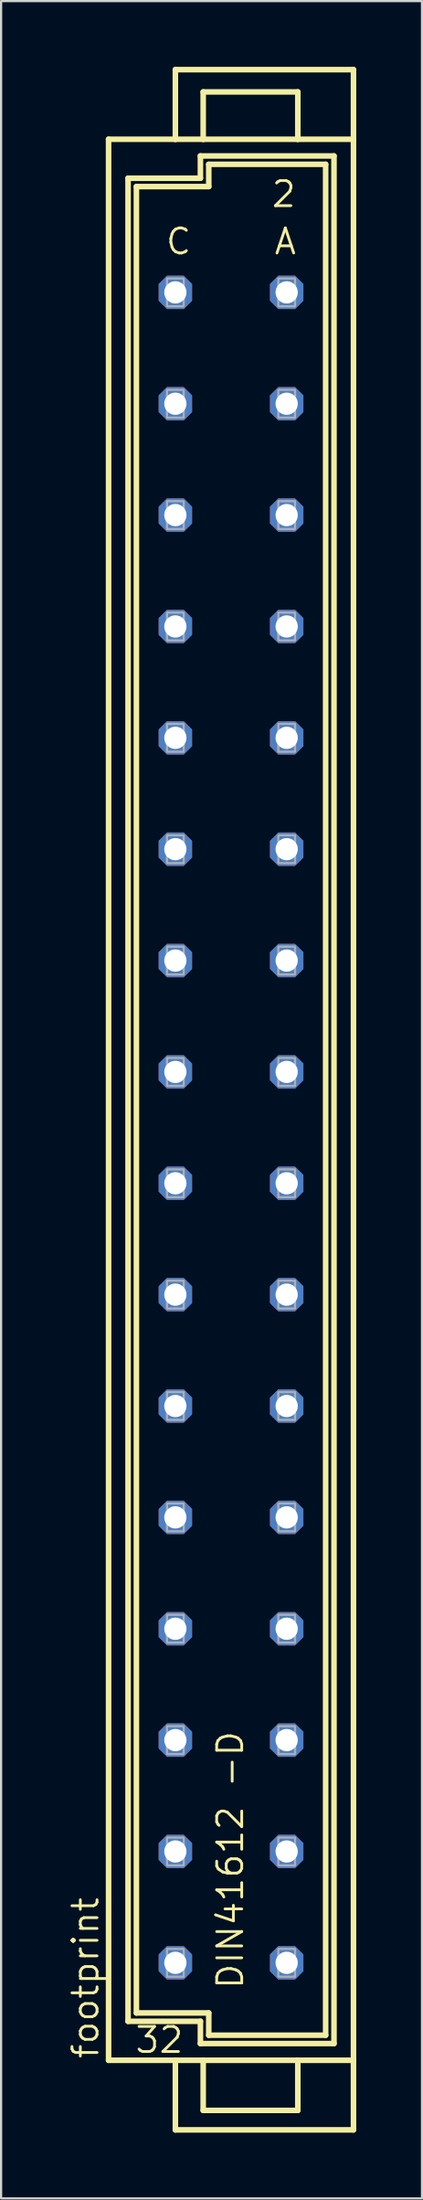
<source format=kicad_pcb>
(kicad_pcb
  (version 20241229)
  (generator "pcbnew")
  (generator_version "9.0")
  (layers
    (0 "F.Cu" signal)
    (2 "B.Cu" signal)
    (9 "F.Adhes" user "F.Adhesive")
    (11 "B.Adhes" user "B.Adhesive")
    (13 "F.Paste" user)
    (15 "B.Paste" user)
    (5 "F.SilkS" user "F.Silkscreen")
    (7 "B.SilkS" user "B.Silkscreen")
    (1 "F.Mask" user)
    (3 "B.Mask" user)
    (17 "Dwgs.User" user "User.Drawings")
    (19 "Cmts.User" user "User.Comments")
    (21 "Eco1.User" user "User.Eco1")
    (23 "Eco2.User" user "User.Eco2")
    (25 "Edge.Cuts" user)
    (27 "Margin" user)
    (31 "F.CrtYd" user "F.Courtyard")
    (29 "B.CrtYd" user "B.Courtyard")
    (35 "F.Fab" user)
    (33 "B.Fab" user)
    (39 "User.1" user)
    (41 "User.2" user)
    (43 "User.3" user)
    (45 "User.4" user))
  (footprint "footprint"
    (layer "F.Cu")
    (at 7.493 47.117)
    (property "Reference" "footprint" (at -5.969 43.815 90) (layer "F.SilkS") (effects (font (size 1.143 1.143) (thickness 0.127)) (justify left bottom)))
    (fp_line (start -5.588 -43.815) (end -2.54 -43.815) (stroke (width 0.254) (type solid)) (layer "F.SilkS"))
    (fp_line (start -5.588 43.815) (end -5.588 -43.815) (stroke (width 0.254) (type solid)) (layer "F.SilkS"))
    (fp_line (start -5.588 43.815) (end -2.54 43.815) (stroke (width 0.254) (type solid)) (layer "F.SilkS"))
    (fp_line (start -4.699 -42.037) (end -4.699 42.037) (stroke (width 0.254) (type solid)) (layer "F.SilkS"))
    (fp_line (start -4.699 42.037) (end -1.397 42.037) (stroke (width 0.254) (type solid)) (layer "F.SilkS"))
    (fp_line (start -4.318 -41.656) (end -4.318 41.656) (stroke (width 0.254) (type solid)) (layer "F.SilkS"))
    (fp_line (start -4.318 -41.656) (end -1.016 -41.656) (stroke (width 0.254) (type solid)) (layer "F.SilkS"))
    (fp_line (start -4.318 41.656) (end -1.016 41.656) (stroke (width 0.254) (type solid)) (layer "F.SilkS"))
    (fp_line (start -2.54 -46.99) (end -2.54 -43.815) (stroke (width 0.254) (type solid)) (layer "F.SilkS"))
    (fp_line (start -2.54 -43.815) (end -1.27 -43.815) (stroke (width 0.254) (type solid)) (layer "F.SilkS"))
    (fp_line (start -2.54 43.815) (end -2.54 46.99) (stroke (width 0.254) (type solid)) (layer "F.SilkS"))
    (fp_line (start -2.54 43.815) (end -1.27 43.815) (stroke (width 0.254) (type solid)) (layer "F.SilkS"))
    (fp_line (start -2.54 46.99) (end 5.588 46.99) (stroke (width 0.254) (type solid)) (layer "F.SilkS"))
    (fp_line (start -1.397 -43.053) (end -1.397 -42.037) (stroke (width 0.254) (type solid)) (layer "F.SilkS"))
    (fp_line (start -1.397 -42.037) (end -4.699 -42.037) (stroke (width 0.254) (type solid)) (layer "F.SilkS"))
    (fp_line (start -1.397 42.037) (end -1.397 43.053) (stroke (width 0.254) (type solid)) (layer "F.SilkS"))
    (fp_line (start -1.397 43.053) (end 4.699 43.053) (stroke (width 0.254) (type solid)) (layer "F.SilkS"))
    (fp_line (start -1.27 -45.974) (end -1.27 -43.815) (stroke (width 0.254) (type solid)) (layer "F.SilkS"))
    (fp_line (start -1.27 -45.974) (end 3.048 -45.974) (stroke (width 0.254) (type solid)) (layer "F.SilkS"))
    (fp_line (start -1.27 -43.815) (end 3.048 -43.815) (stroke (width 0.254) (type solid)) (layer "F.SilkS"))
    (fp_line (start -1.27 43.815) (end -1.27 46.101) (stroke (width 0.254) (type solid)) (layer "F.SilkS"))
    (fp_line (start -1.27 43.815) (end 3.048 43.815) (stroke (width 0.254) (type solid)) (layer "F.SilkS"))
    (fp_line (start -1.27 46.101) (end 3.048 46.101) (stroke (width 0.254) (type solid)) (layer "F.SilkS"))
    (fp_line (start -1.016 -42.672) (end 4.318 -42.672) (stroke (width 0.254) (type solid)) (layer "F.SilkS"))
    (fp_line (start -1.016 -41.656) (end -1.016 -42.672) (stroke (width 0.254) (type solid)) (layer "F.SilkS"))
    (fp_line (start -1.016 41.656) (end -1.016 42.672) (stroke (width 0.254) (type solid)) (layer "F.SilkS"))
    (fp_line (start -1.016 42.672) (end 4.318 42.672) (stroke (width 0.254) (type solid)) (layer "F.SilkS"))
    (fp_line (start 3.048 -45.974) (end 3.048 -43.815) (stroke (width 0.254) (type solid)) (layer "F.SilkS"))
    (fp_line (start 3.048 -43.815) (end 5.588 -43.815) (stroke (width 0.254) (type solid)) (layer "F.SilkS"))
    (fp_line (start 3.048 43.815) (end 3.048 46.101) (stroke (width 0.254) (type solid)) (layer "F.SilkS"))
    (fp_line (start 3.048 43.815) (end 5.588 43.815) (stroke (width 0.254) (type solid)) (layer "F.SilkS"))
    (fp_line (start 4.318 -42.672) (end 4.318 42.672) (stroke (width 0.254) (type solid)) (layer "F.SilkS"))
    (fp_line (start 4.699 -43.053) (end -1.397 -43.053) (stroke (width 0.254) (type solid)) (layer "F.SilkS"))
    (fp_line (start 4.699 43.053) (end 4.699 -43.053) (stroke (width 0.254) (type solid)) (layer "F.SilkS"))
    (fp_line (start 5.588 -46.99) (end -2.54 -46.99) (stroke (width 0.254) (type solid)) (layer "F.SilkS"))
    (fp_line (start 5.588 -43.815) (end 5.588 -46.99) (stroke (width 0.254) (type solid)) (layer "F.SilkS"))
    (fp_line (start 5.588 43.815) (end 5.588 -43.815) (stroke (width 0.254) (type solid)) (layer "F.SilkS"))
    (fp_line (start 5.588 46.99) (end 5.588 43.815) (stroke (width 0.254) (type solid)) (layer "F.SilkS"))
    (fp_poly (pts (xy -2.921 -36.195) (xy -2.159 -36.195) (xy -2.159 -37.465) (xy -2.921 -37.465)) (stroke (width 0.1) (type solid)) (fill no) (layer "F.Fab"))
    (fp_poly (pts (xy -2.921 -31.115) (xy -2.159 -31.115) (xy -2.159 -32.385) (xy -2.921 -32.385)) (stroke (width 0.1) (type solid)) (fill no) (layer "F.Fab"))
    (fp_poly (pts (xy -2.921 -26.035) (xy -2.159 -26.035) (xy -2.159 -27.305) (xy -2.921 -27.305)) (stroke (width 0.1) (type solid)) (fill no) (layer "F.Fab"))
    (fp_poly (pts (xy -2.921 -20.955) (xy -2.159 -20.955) (xy -2.159 -22.225) (xy -2.921 -22.225)) (stroke (width 0.1) (type solid)) (fill no) (layer "F.Fab"))
    (fp_poly (pts (xy -2.921 -15.875) (xy -2.159 -15.875) (xy -2.159 -17.145) (xy -2.921 -17.145)) (stroke (width 0.1) (type solid)) (fill no) (layer "F.Fab"))
    (fp_poly (pts (xy -2.921 -10.795) (xy -2.159 -10.795) (xy -2.159 -12.065) (xy -2.921 -12.065)) (stroke (width 0.1) (type solid)) (fill no) (layer "F.Fab"))
    (fp_poly (pts (xy -2.921 -5.715) (xy -2.159 -5.715) (xy -2.159 -6.985) (xy -2.921 -6.985)) (stroke (width 0.1) (type solid)) (fill no) (layer "F.Fab"))
    (fp_poly (pts (xy -2.921 -0.635) (xy -2.159 -0.635) (xy -2.159 -1.905) (xy -2.921 -1.905)) (stroke (width 0.1) (type solid)) (fill no) (layer "F.Fab"))
    (fp_poly (pts (xy -2.921 4.445) (xy -2.159 4.445) (xy -2.159 3.175) (xy -2.921 3.175)) (stroke (width 0.1) (type solid)) (fill no) (layer "F.Fab"))
    (fp_poly (pts (xy -2.921 9.525) (xy -2.159 9.525) (xy -2.159 8.255) (xy -2.921 8.255)) (stroke (width 0.1) (type solid)) (fill no) (layer "F.Fab"))
    (fp_poly (pts (xy -2.921 14.605) (xy -2.159 14.605) (xy -2.159 13.335) (xy -2.921 13.335)) (stroke (width 0.1) (type solid)) (fill no) (layer "F.Fab"))
    (fp_poly (pts (xy -2.921 19.685) (xy -2.159 19.685) (xy -2.159 18.415) (xy -2.921 18.415)) (stroke (width 0.1) (type solid)) (fill no) (layer "F.Fab"))
    (fp_poly (pts (xy -2.921 24.765) (xy -2.159 24.765) (xy -2.159 23.495) (xy -2.921 23.495)) (stroke (width 0.1) (type solid)) (fill no) (layer "F.Fab"))
    (fp_poly (pts (xy -2.921 29.845) (xy -2.159 29.845) (xy -2.159 28.575) (xy -2.921 28.575)) (stroke (width 0.1) (type solid)) (fill no) (layer "F.Fab"))
    (fp_poly (pts (xy -2.921 34.925) (xy -2.159 34.925) (xy -2.159 33.655) (xy -2.921 33.655)) (stroke (width 0.1) (type solid)) (fill no) (layer "F.Fab"))
    (fp_poly (pts (xy -2.921 40.005) (xy -2.159 40.005) (xy -2.159 38.735) (xy -2.921 38.735)) (stroke (width 0.1) (type solid)) (fill no) (layer "F.Fab"))
    (fp_poly (pts (xy 2.159 -36.195) (xy 2.921 -36.195) (xy 2.921 -37.465) (xy 2.159 -37.465)) (stroke (width 0.1) (type solid)) (fill no) (layer "F.Fab"))
    (fp_poly (pts (xy 2.159 -31.115) (xy 2.921 -31.115) (xy 2.921 -32.385) (xy 2.159 -32.385)) (stroke (width 0.1) (type solid)) (fill no) (layer "F.Fab"))
    (fp_poly (pts (xy 2.159 -26.035) (xy 2.921 -26.035) (xy 2.921 -27.305) (xy 2.159 -27.305)) (stroke (width 0.1) (type solid)) (fill no) (layer "F.Fab"))
    (fp_poly (pts (xy 2.159 -20.955) (xy 2.921 -20.955) (xy 2.921 -22.225) (xy 2.159 -22.225)) (stroke (width 0.1) (type solid)) (fill no) (layer "F.Fab"))
    (fp_poly (pts (xy 2.159 -15.875) (xy 2.921 -15.875) (xy 2.921 -17.145) (xy 2.159 -17.145)) (stroke (width 0.1) (type solid)) (fill no) (layer "F.Fab"))
    (fp_poly (pts (xy 2.159 -10.795) (xy 2.921 -10.795) (xy 2.921 -12.065) (xy 2.159 -12.065)) (stroke (width 0.1) (type solid)) (fill no) (layer "F.Fab"))
    (fp_poly (pts (xy 2.159 -5.715) (xy 2.921 -5.715) (xy 2.921 -6.985) (xy 2.159 -6.985)) (stroke (width 0.1) (type solid)) (fill no) (layer "F.Fab"))
    (fp_poly (pts (xy 2.159 -0.635) (xy 2.921 -0.635) (xy 2.921 -1.905) (xy 2.159 -1.905)) (stroke (width 0.1) (type solid)) (fill no) (layer "F.Fab"))
    (fp_poly (pts (xy 2.159 4.445) (xy 2.921 4.445) (xy 2.921 3.175) (xy 2.159 3.175)) (stroke (width 0.1) (type solid)) (fill no) (layer "F.Fab"))
    (fp_poly (pts (xy 2.159 9.525) (xy 2.921 9.525) (xy 2.921 8.255) (xy 2.159 8.255)) (stroke (width 0.1) (type solid)) (fill no) (layer "F.Fab"))
    (fp_poly (pts (xy 2.159 14.605) (xy 2.921 14.605) (xy 2.921 13.335) (xy 2.159 13.335)) (stroke (width 0.1) (type solid)) (fill no) (layer "F.Fab"))
    (fp_poly (pts (xy 2.159 19.685) (xy 2.921 19.685) (xy 2.921 18.415) (xy 2.159 18.415)) (stroke (width 0.1) (type solid)) (fill no) (layer "F.Fab"))
    (fp_poly (pts (xy 2.159 24.765) (xy 2.921 24.765) (xy 2.921 23.495) (xy 2.159 23.495)) (stroke (width 0.1) (type solid)) (fill no) (layer "F.Fab"))
    (fp_poly (pts (xy 2.159 29.845) (xy 2.921 29.845) (xy 2.921 28.575) (xy 2.159 28.575)) (stroke (width 0.1) (type solid)) (fill no) (layer "F.Fab"))
    (fp_poly (pts (xy 2.159 34.925) (xy 2.921 34.925) (xy 2.921 33.655) (xy 2.159 33.655)) (stroke (width 0.1) (type solid)) (fill no) (layer "F.Fab"))
    (fp_poly (pts (xy 2.159 40.005) (xy 2.921 40.005) (xy 2.921 38.735) (xy 2.159 38.735)) (stroke (width 0.1) (type solid)) (fill no) (layer "F.Fab"))
    (fp_text user "C" (at -3.048 -38.481 0) (layer "F.SilkS") (effects (font (size 1.143 1.143) (thickness 0.127)) (justify left bottom)))
    (fp_text user "32" (at -4.445 43.561 0) (layer "F.SilkS") (effects (font (size 1.143 1.143) (thickness 0.127)) (justify left bottom)))
    (fp_text user "A" (at 1.905 -38.481 0) (layer "F.SilkS") (effects (font (size 1.143 1.143) (thickness 0.127)) (justify left bottom)))
    (fp_text user "2" (at 1.778 -40.64 0) (layer "F.SilkS") (effects (font (size 1.143 1.143) (thickness 0.127)) (justify left bottom)))
    (fp_text user "DIN41612 -D" (at 0.635 40.64 90) (layer "F.SilkS") (effects (font (size 1.143 1.143) (thickness 0.127)) (justify left bottom)))
    (pad "A2" thru_hole roundrect (at 2.54 -36.83) (size 1.524 1.524) (drill 1.016) (layers "*.Cu" "*.Mask") (roundrect_rratio 0.25) (chamfer_ratio 0.25) (chamfer top_left top_right bottom_left bottom_right))
    (pad "A4" thru_hole roundrect (at 2.54 -31.75) (size 1.524 1.524) (drill 1.016) (layers "*.Cu" "*.Mask") (roundrect_rratio 0.25) (chamfer_ratio 0.25) (chamfer top_left top_right bottom_left bottom_right))
    (pad "A6" thru_hole roundrect (at 2.54 -26.67) (size 1.524 1.524) (drill 1.016) (layers "*.Cu" "*.Mask") (roundrect_rratio 0.25) (chamfer_ratio 0.25) (chamfer top_left top_right bottom_left bottom_right))
    (pad "A8" thru_hole roundrect (at 2.54 -21.59) (size 1.524 1.524) (drill 1.016) (layers "*.Cu" "*.Mask") (roundrect_rratio 0.25) (chamfer_ratio 0.25) (chamfer top_left top_right bottom_left bottom_right))
    (pad "A10" thru_hole roundrect (at 2.54 -16.51) (size 1.524 1.524) (drill 1.016) (layers "*.Cu" "*.Mask") (roundrect_rratio 0.25) (chamfer_ratio 0.25) (chamfer top_left top_right bottom_left bottom_right))
    (pad "A12" thru_hole roundrect (at 2.54 -11.43) (size 1.524 1.524) (drill 1.016) (layers "*.Cu" "*.Mask") (roundrect_rratio 0.25) (chamfer_ratio 0.25) (chamfer top_left top_right bottom_left bottom_right))
    (pad "A14" thru_hole roundrect (at 2.54 -6.35) (size 1.524 1.524) (drill 1.016) (layers "*.Cu" "*.Mask") (roundrect_rratio 0.25) (chamfer_ratio 0.25) (chamfer top_left top_right bottom_left bottom_right))
    (pad "A16" thru_hole roundrect (at 2.54 -1.27) (size 1.524 1.524) (drill 1.016) (layers "*.Cu" "*.Mask") (roundrect_rratio 0.25) (chamfer_ratio 0.25) (chamfer top_left top_right bottom_left bottom_right))
    (pad "A18" thru_hole roundrect (at 2.54 3.81) (size 1.524 1.524) (drill 1.016) (layers "*.Cu" "*.Mask") (roundrect_rratio 0.25) (chamfer_ratio 0.25) (chamfer top_left top_right bottom_left bottom_right))
    (pad "A20" thru_hole roundrect (at 2.54 8.89) (size 1.524 1.524) (drill 1.016) (layers "*.Cu" "*.Mask") (roundrect_rratio 0.25) (chamfer_ratio 0.25) (chamfer top_left top_right bottom_left bottom_right))
    (pad "A22" thru_hole roundrect (at 2.54 13.97) (size 1.524 1.524) (drill 1.016) (layers "*.Cu" "*.Mask") (roundrect_rratio 0.25) (chamfer_ratio 0.25) (chamfer top_left top_right bottom_left bottom_right))
    (pad "A24" thru_hole roundrect (at 2.54 19.05) (size 1.524 1.524) (drill 1.016) (layers "*.Cu" "*.Mask") (roundrect_rratio 0.25) (chamfer_ratio 0.25) (chamfer top_left top_right bottom_left bottom_right))
    (pad "A26" thru_hole roundrect (at 2.54 24.13) (size 1.524 1.524) (drill 1.016) (layers "*.Cu" "*.Mask") (roundrect_rratio 0.25) (chamfer_ratio 0.25) (chamfer top_left top_right bottom_left bottom_right))
    (pad "A28" thru_hole roundrect (at 2.54 29.21) (size 1.524 1.524) (drill 1.016) (layers "*.Cu" "*.Mask") (roundrect_rratio 0.25) (chamfer_ratio 0.25) (chamfer top_left top_right bottom_left bottom_right))
    (pad "A30" thru_hole roundrect (at 2.54 34.29) (size 1.524 1.524) (drill 1.016) (layers "*.Cu" "*.Mask") (roundrect_rratio 0.25) (chamfer_ratio 0.25) (chamfer top_left top_right bottom_left bottom_right))
    (pad "A32" thru_hole roundrect (at 2.54 39.37) (size 1.524 1.524) (drill 1.016) (layers "*.Cu" "*.Mask") (roundrect_rratio 0.25) (chamfer_ratio 0.25) (chamfer top_left top_right bottom_left bottom_right))
    (pad "C2" thru_hole roundrect (at -2.54 -36.83) (size 1.524 1.524) (drill 1.016) (layers "*.Cu" "*.Mask") (roundrect_rratio 0.25) (chamfer_ratio 0.25) (chamfer top_left top_right bottom_left bottom_right))
    (pad "C4" thru_hole roundrect (at -2.54 -31.75) (size 1.524 1.524) (drill 1.016) (layers "*.Cu" "*.Mask") (roundrect_rratio 0.25) (chamfer_ratio 0.25) (chamfer top_left top_right bottom_left bottom_right))
    (pad "C6" thru_hole roundrect (at -2.54 -26.67) (size 1.524 1.524) (drill 1.016) (layers "*.Cu" "*.Mask") (roundrect_rratio 0.25) (chamfer_ratio 0.25) (chamfer top_left top_right bottom_left bottom_right))
    (pad "C8" thru_hole roundrect (at -2.54 -21.59) (size 1.524 1.524) (drill 1.016) (layers "*.Cu" "*.Mask") (roundrect_rratio 0.25) (chamfer_ratio 0.25) (chamfer top_left top_right bottom_left bottom_right))
    (pad "C10" thru_hole roundrect (at -2.54 -16.51) (size 1.524 1.524) (drill 1.016) (layers "*.Cu" "*.Mask") (roundrect_rratio 0.25) (chamfer_ratio 0.25) (chamfer top_left top_right bottom_left bottom_right))
    (pad "C12" thru_hole roundrect (at -2.54 -11.43) (size 1.524 1.524) (drill 1.016) (layers "*.Cu" "*.Mask") (roundrect_rratio 0.25) (chamfer_ratio 0.25) (chamfer top_left top_right bottom_left bottom_right))
    (pad "C14" thru_hole roundrect (at -2.54 -6.35) (size 1.524 1.524) (drill 1.016) (layers "*.Cu" "*.Mask") (roundrect_rratio 0.25) (chamfer_ratio 0.25) (chamfer top_left top_right bottom_left bottom_right))
    (pad "C16" thru_hole roundrect (at -2.54 -1.27) (size 1.524 1.524) (drill 1.016) (layers "*.Cu" "*.Mask") (roundrect_rratio 0.25) (chamfer_ratio 0.25) (chamfer top_left top_right bottom_left bottom_right))
    (pad "C18" thru_hole roundrect (at -2.54 3.81) (size 1.524 1.524) (drill 1.016) (layers "*.Cu" "*.Mask") (roundrect_rratio 0.25) (chamfer_ratio 0.25) (chamfer top_left top_right bottom_left bottom_right))
    (pad "C20" thru_hole roundrect (at -2.54 8.89) (size 1.524 1.524) (drill 1.016) (layers "*.Cu" "*.Mask") (roundrect_rratio 0.25) (chamfer_ratio 0.25) (chamfer top_left top_right bottom_left bottom_right))
    (pad "C22" thru_hole roundrect (at -2.54 13.97) (size 1.524 1.524) (drill 1.016) (layers "*.Cu" "*.Mask") (roundrect_rratio 0.25) (chamfer_ratio 0.25) (chamfer top_left top_right bottom_left bottom_right))
    (pad "C24" thru_hole roundrect (at -2.54 19.05) (size 1.524 1.524) (drill 1.016) (layers "*.Cu" "*.Mask") (roundrect_rratio 0.25) (chamfer_ratio 0.25) (chamfer top_left top_right bottom_left bottom_right))
    (pad "C26" thru_hole roundrect (at -2.54 24.13) (size 1.524 1.524) (drill 1.016) (layers "*.Cu" "*.Mask") (roundrect_rratio 0.25) (chamfer_ratio 0.25) (chamfer top_left top_right bottom_left bottom_right))
    (pad "C28" thru_hole roundrect (at -2.54 29.21) (size 1.524 1.524) (drill 1.016) (layers "*.Cu" "*.Mask") (roundrect_rratio 0.25) (chamfer_ratio 0.25) (chamfer top_left top_right bottom_left bottom_right))
    (pad "C30" thru_hole roundrect (at -2.54 34.29) (size 1.524 1.524) (drill 1.016) (layers "*.Cu" "*.Mask") (roundrect_rratio 0.25) (chamfer_ratio 0.25) (chamfer top_left top_right bottom_left bottom_right))
    (pad "C32" thru_hole roundrect (at -2.54 39.37) (size 1.524 1.524) (drill 1.016) (layers "*.Cu" "*.Mask") (roundrect_rratio 0.25) (chamfer_ratio 0.25) (chamfer top_left top_right bottom_left bottom_right)))
  (gr_rect
    (start -3 -3)
    (end 16.208 97.234)
    (stroke (width 0.1) (type default))
    (fill no)
    (layer "Edge.Cuts")))
</source>
